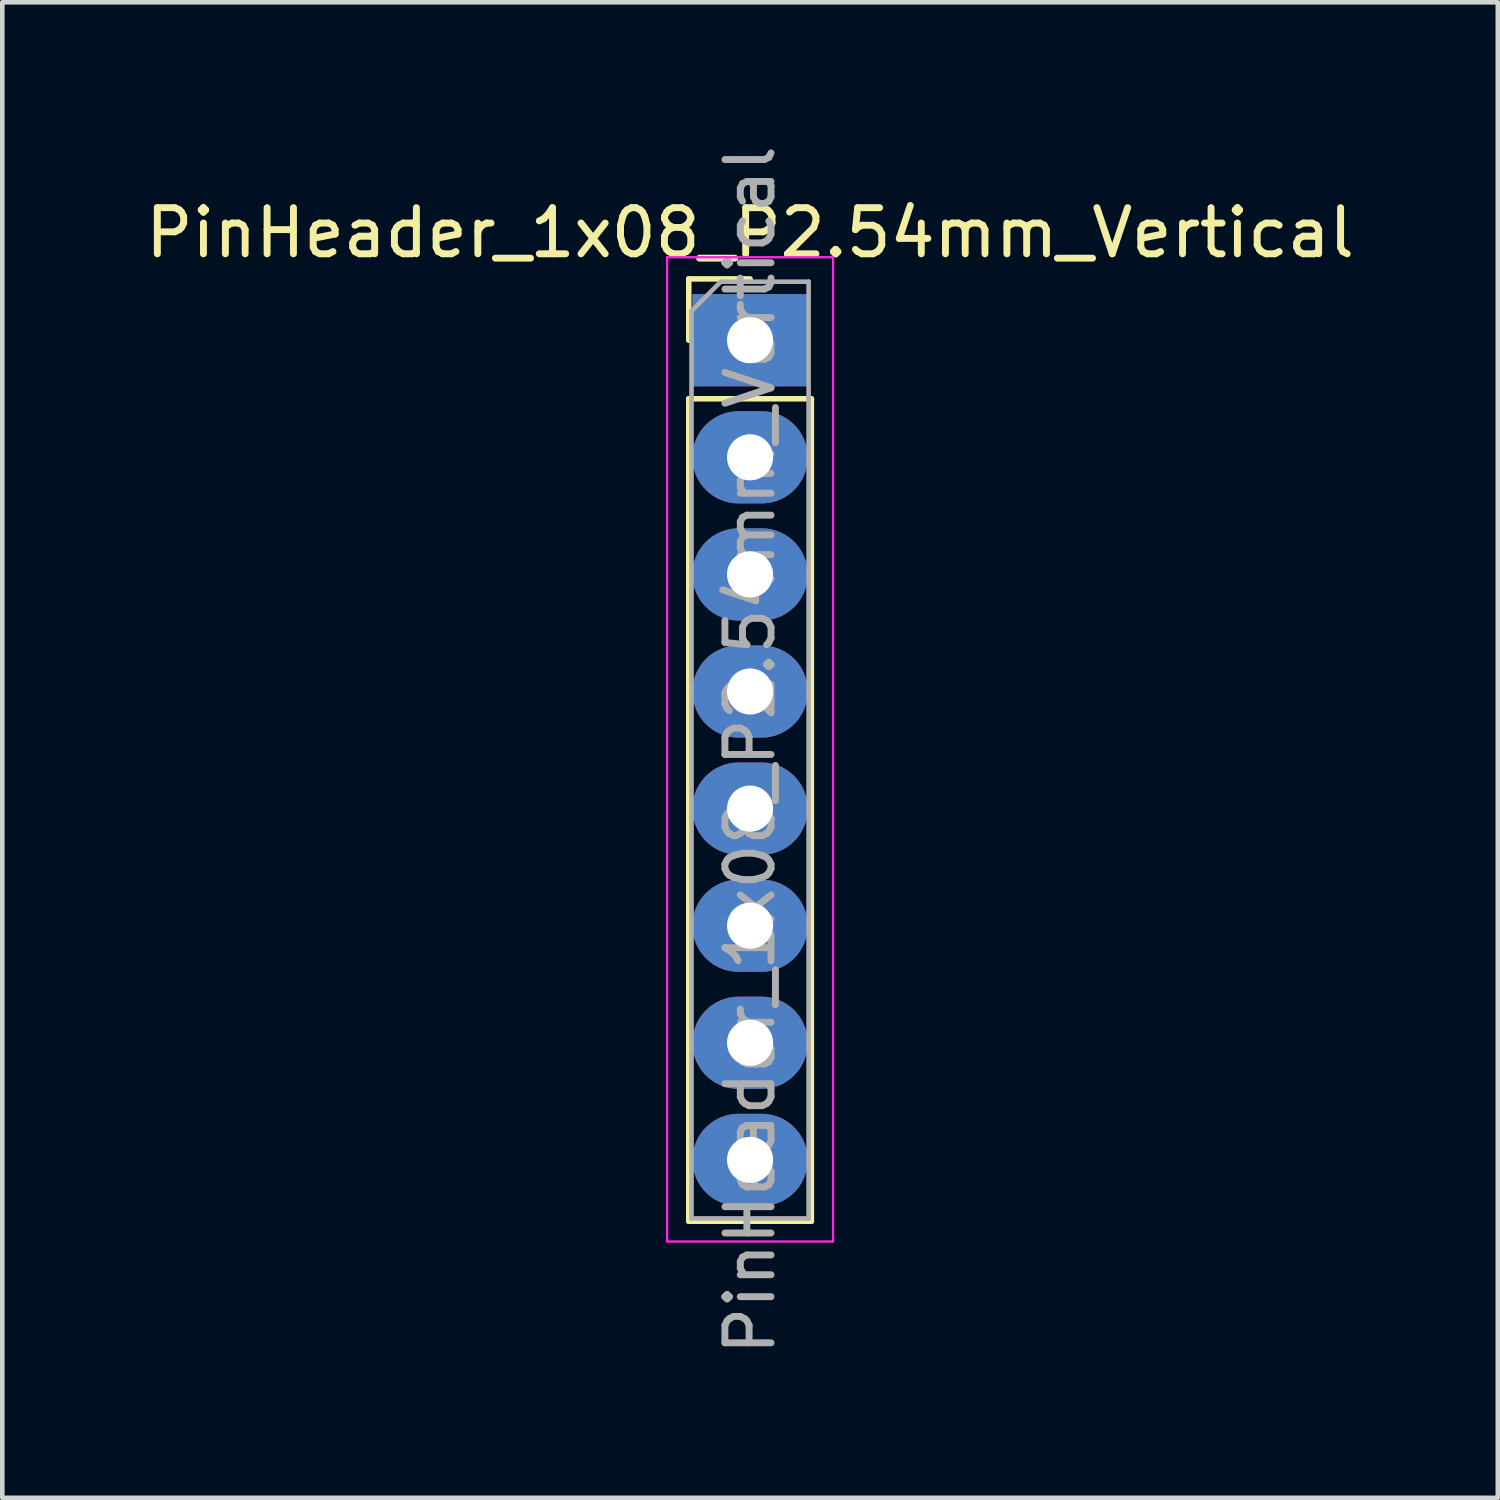
<source format=kicad_pcb>
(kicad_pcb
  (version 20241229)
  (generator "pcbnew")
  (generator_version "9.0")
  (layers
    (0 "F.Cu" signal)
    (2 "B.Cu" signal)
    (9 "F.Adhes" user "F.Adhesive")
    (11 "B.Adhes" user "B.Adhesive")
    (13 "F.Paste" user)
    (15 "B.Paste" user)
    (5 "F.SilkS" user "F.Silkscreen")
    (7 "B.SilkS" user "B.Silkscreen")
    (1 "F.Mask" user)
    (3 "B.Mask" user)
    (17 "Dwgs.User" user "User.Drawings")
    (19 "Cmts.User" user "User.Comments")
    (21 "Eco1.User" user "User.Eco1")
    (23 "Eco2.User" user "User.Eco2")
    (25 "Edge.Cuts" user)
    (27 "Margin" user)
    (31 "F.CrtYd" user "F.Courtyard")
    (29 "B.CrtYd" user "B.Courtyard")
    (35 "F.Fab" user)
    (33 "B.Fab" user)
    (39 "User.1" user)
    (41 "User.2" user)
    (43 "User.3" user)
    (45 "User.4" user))
  (footprint "PinHeader_1x08_P2.54mm_Vertical"
    (layer "F.Cu")
    (at 13.22 4.33)
    (property "Reference" "PinHeader_1x08_P2.54mm_Vertical" (at 0 -2.33 0) (layer "F.SilkS") (effects (font (size 1 1) (thickness 0.15))))
    (attr through_hole)
    (fp_line (start -1.33 -1.33) (end 0 -1.33) (stroke (width 0.12) (type solid)) (layer "F.SilkS"))
    (fp_line (start -1.33 0) (end -1.33 -1.33) (stroke (width 0.12) (type solid)) (layer "F.SilkS"))
    (fp_line (start -1.33 1.27) (end -1.33 19.11) (stroke (width 0.12) (type solid)) (layer "F.SilkS"))
    (fp_line (start -1.33 1.27) (end 1.33 1.27) (stroke (width 0.12) (type solid)) (layer "F.SilkS"))
    (fp_line (start -1.33 19.11) (end 1.33 19.11) (stroke (width 0.12) (type solid)) (layer "F.SilkS"))
    (fp_line (start 1.33 1.27) (end 1.33 19.11) (stroke (width 0.12) (type solid)) (layer "F.SilkS"))
    (fp_line (start -1.8 -1.8) (end -1.8 19.55) (stroke (width 0.05) (type solid)) (layer "F.CrtYd"))
    (fp_line (start -1.8 19.55) (end 1.8 19.55) (stroke (width 0.05) (type solid)) (layer "F.CrtYd"))
    (fp_line (start 1.8 -1.8) (end -1.8 -1.8) (stroke (width 0.05) (type solid)) (layer "F.CrtYd"))
    (fp_line (start 1.8 19.55) (end 1.8 -1.8) (stroke (width 0.05) (type solid)) (layer "F.CrtYd"))
    (fp_line (start -1.27 -0.635) (end -0.635 -1.27) (stroke (width 0.1) (type solid)) (layer "F.Fab"))
    (fp_line (start -1.27 19.05) (end -1.27 -0.635) (stroke (width 0.1) (type solid)) (layer "F.Fab"))
    (fp_line (start -0.635 -1.27) (end 1.27 -1.27) (stroke (width 0.1) (type solid)) (layer "F.Fab"))
    (fp_line (start 1.27 -1.27) (end 1.27 19.05) (stroke (width 0.1) (type solid)) (layer "F.Fab"))
    (fp_line (start 1.27 19.05) (end -1.27 19.05) (stroke (width 0.1) (type solid)) (layer "F.Fab"))
    (fp_text user "${REFERENCE}" (at 0 8.89 90) (layer "F.Fab") (effects (font (size 1 1) (thickness 0.15))))
    (pad "1" thru_hole rect (at 0 0) (size 2.5 2) (drill 1) (layers "*.Cu" "*.Mask"))
    (pad "2" thru_hole oval (at 0 2.54) (size 2.5 2) (drill 1) (layers "*.Cu" "*.Mask"))
    (pad "3" thru_hole oval (at 0 5.08) (size 2.5 2) (drill 1) (layers "*.Cu" "*.Mask"))
    (pad "4" thru_hole oval (at 0 7.62) (size 2.5 2) (drill 1) (layers "*.Cu" "*.Mask"))
    (pad "5" thru_hole oval (at 0 10.16) (size 2.5 2) (drill 1) (layers "*.Cu" "*.Mask"))
    (pad "6" thru_hole oval (at 0 12.7) (size 2.5 2) (drill 1) (layers "*.Cu" "*.Mask"))
    (pad "7" thru_hole oval (at 0 15.24) (size 2.5 2) (drill 1) (layers "*.Cu" "*.Mask"))
    (pad "8" thru_hole oval (at 0 17.78) (size 2.5 2) (drill 1) (layers "*.Cu" "*.Mask")))
  (gr_rect
    (start -3 -3)
    (end 29.44 29.44)
    (stroke (width 0.1) (type default))
    (fill no)
    (layer "Edge.Cuts")))
</source>
